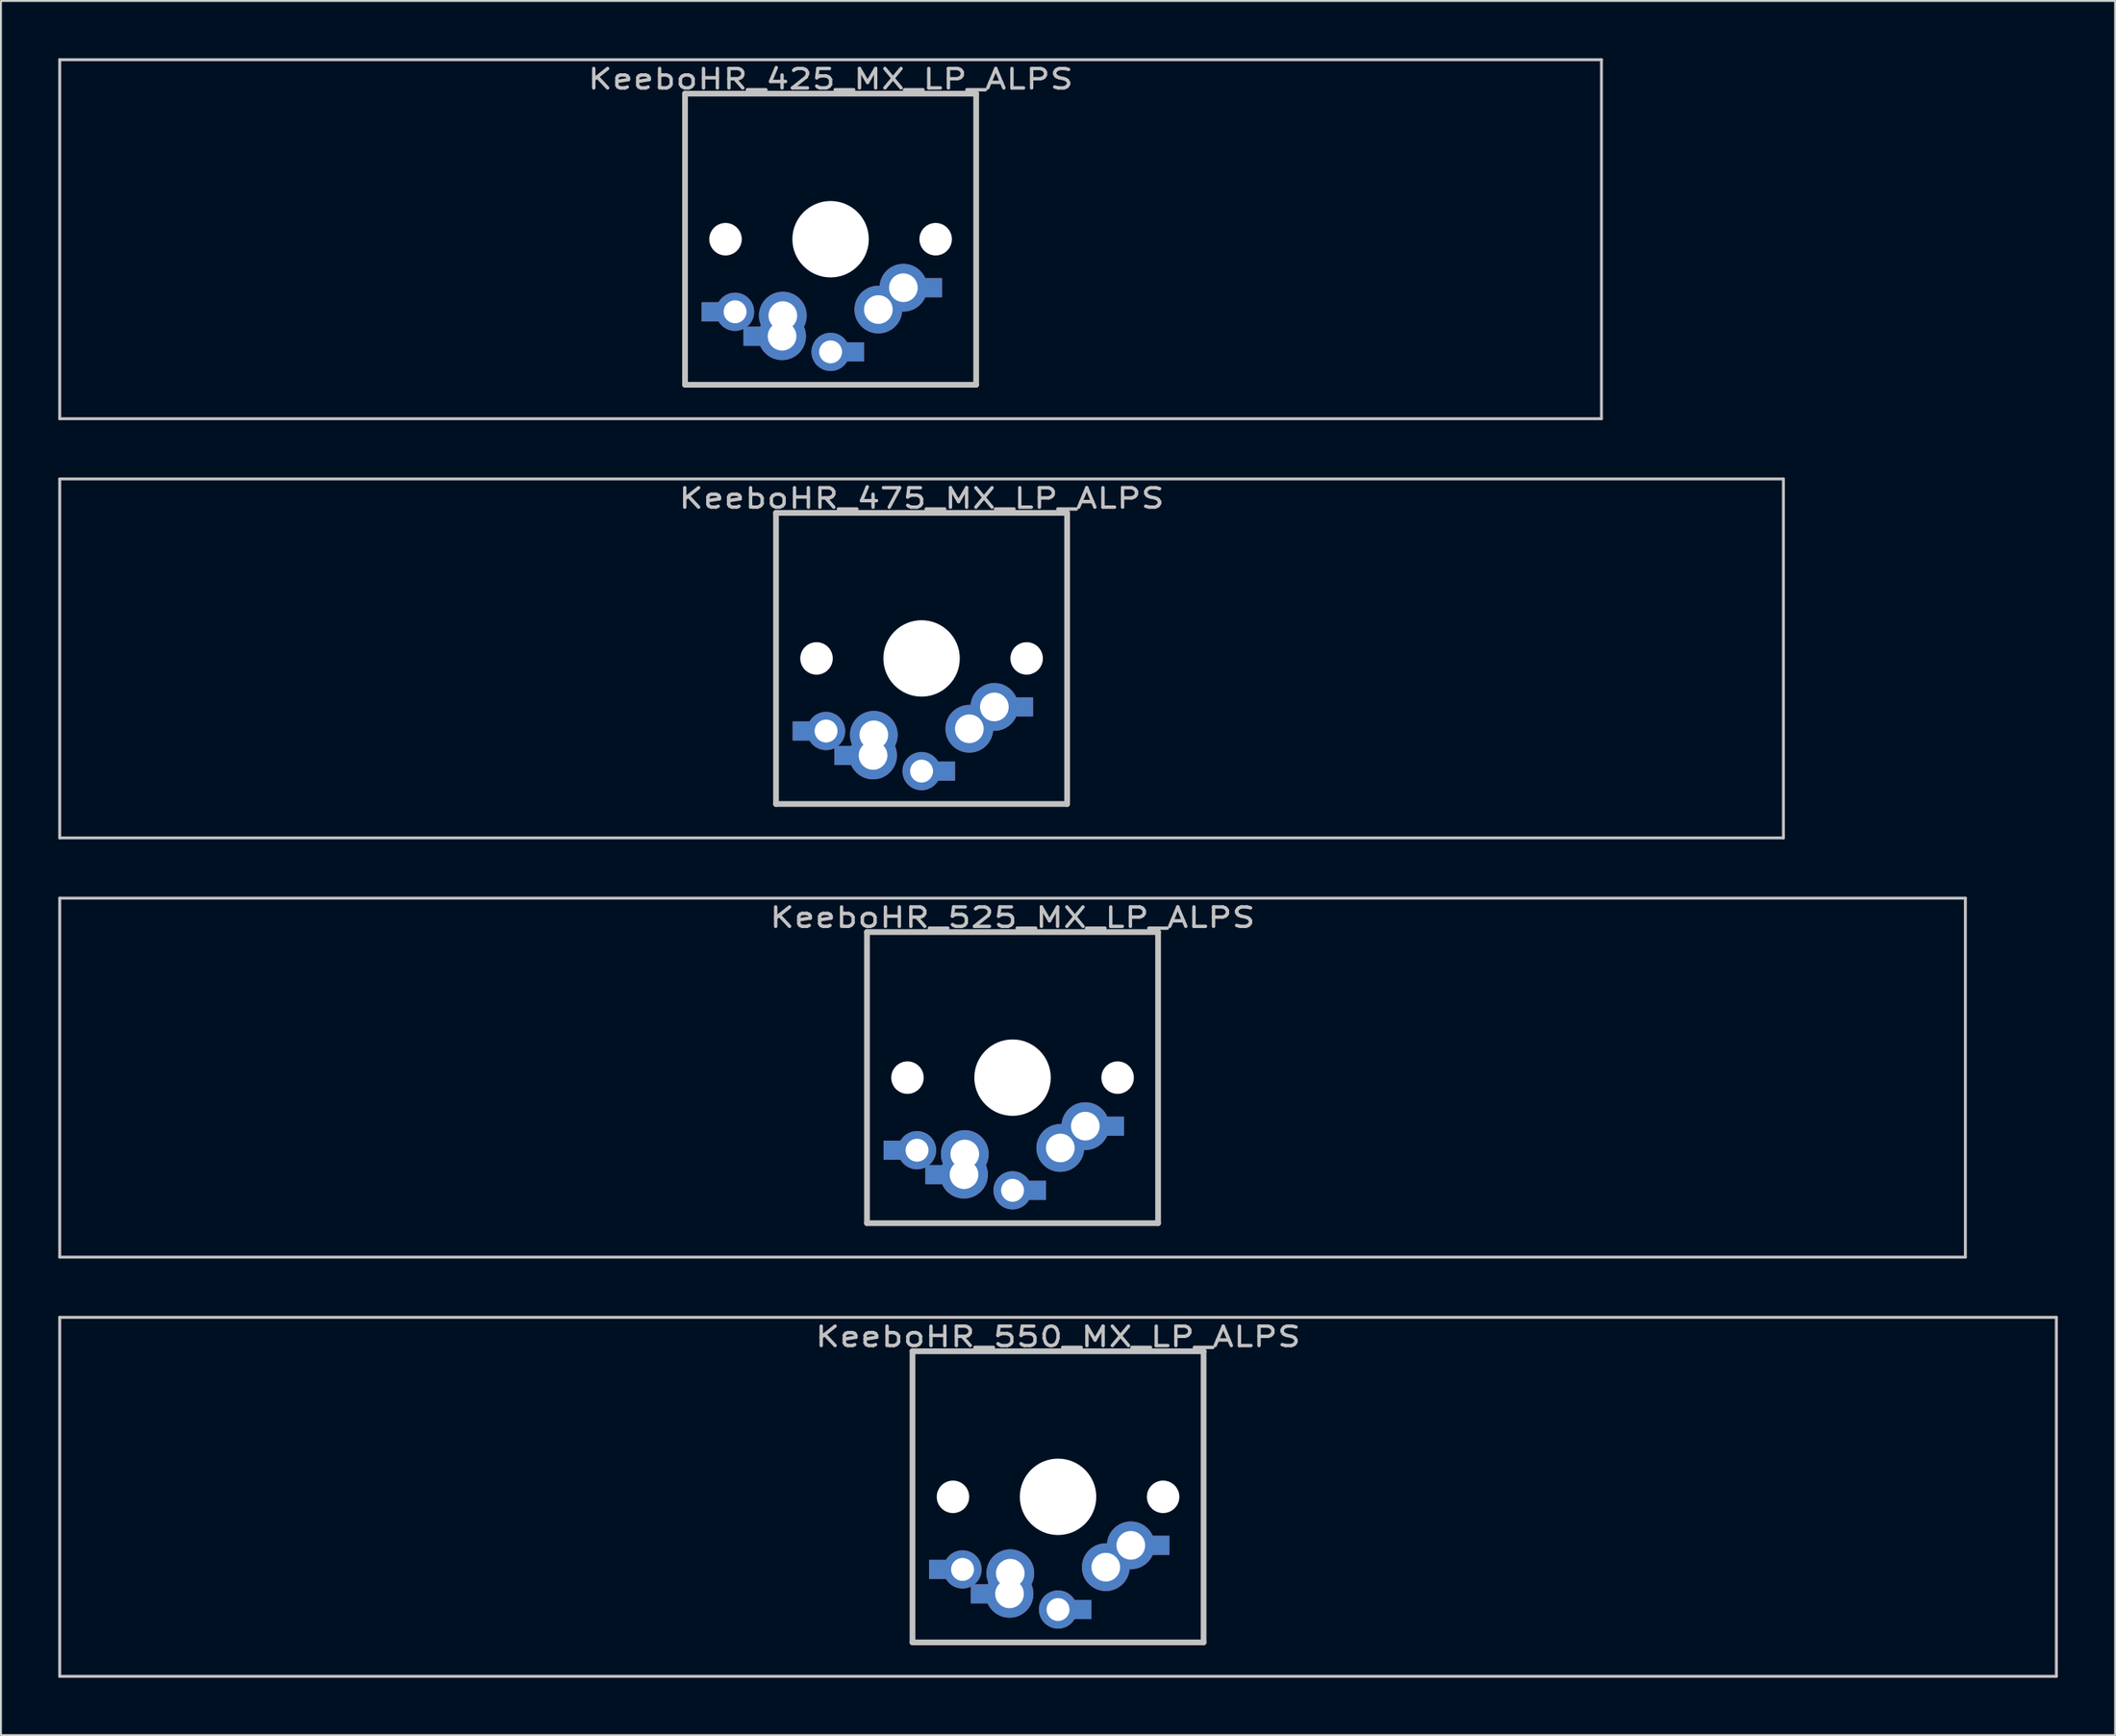
<source format=kicad_pcb>
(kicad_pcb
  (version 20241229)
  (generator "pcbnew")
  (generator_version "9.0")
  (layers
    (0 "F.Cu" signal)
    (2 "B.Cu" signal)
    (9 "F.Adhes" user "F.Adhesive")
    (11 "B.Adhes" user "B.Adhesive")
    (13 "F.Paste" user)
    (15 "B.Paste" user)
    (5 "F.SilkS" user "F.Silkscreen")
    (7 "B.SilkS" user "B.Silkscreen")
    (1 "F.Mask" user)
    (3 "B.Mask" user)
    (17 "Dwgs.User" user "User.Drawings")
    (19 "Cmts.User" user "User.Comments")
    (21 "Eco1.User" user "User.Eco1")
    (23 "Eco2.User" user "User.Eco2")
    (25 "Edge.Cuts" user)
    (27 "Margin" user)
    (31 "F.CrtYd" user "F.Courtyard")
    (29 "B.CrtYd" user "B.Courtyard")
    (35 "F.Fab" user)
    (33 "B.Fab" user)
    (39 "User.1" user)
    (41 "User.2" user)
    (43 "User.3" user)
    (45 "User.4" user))
  (footprint "KeeboHR_550_MX_LP_ALPS"
    (layer "F.Cu")
    (at 52.337 75.319)
    (property "Reference" "KeeboHR_550_MX_LP_ALPS" (at 0 -8.382 0) (layer "Dwgs.User") (effects (font (size 1.016 1.27) (thickness 0.178))))
    (attr through_hole)
    (fp_line (start -52.261 -9.398) (end 52.261 -9.398) (stroke (width 0.152) (type solid)) (layer "Dwgs.User"))
    (fp_line (start -52.261 9.398) (end -52.261 -9.398) (stroke (width 0.152) (type solid)) (layer "Dwgs.User"))
    (fp_line (start -7.62 -7.62) (end 7.62 -7.62) (stroke (width 0.3) (type solid)) (layer "Dwgs.User"))
    (fp_line (start -7.62 7.62) (end -7.62 -7.62) (stroke (width 0.3) (type solid)) (layer "Dwgs.User"))
    (fp_line (start 7.62 -7.62) (end 7.62 7.62) (stroke (width 0.3) (type solid)) (layer "Dwgs.User"))
    (fp_line (start 7.62 7.62) (end -7.62 7.62) (stroke (width 0.3) (type solid)) (layer "Dwgs.User"))
    (fp_line (start 52.261 -9.398) (end 52.261 9.398) (stroke (width 0.152) (type solid)) (layer "Dwgs.User"))
    (fp_line (start 52.261 9.398) (end -52.261 9.398) (stroke (width 0.152) (type solid)) (layer "Dwgs.User"))
    (pad "" np_thru_hole circle (at -5.5 0) (size 1.7 1.7) (drill 1.7) (layers "*.Cu" "*.Mask"))
    (pad "" np_thru_hole circle (at 0 0) (size 4 4) (drill 4) (layers "*.Cu" "*.Mask"))
    (pad "" np_thru_hole circle (at 5.5 0) (size 1.7 1.7) (drill 1.7) (layers "*.Cu" "*.Mask"))
    (pad "1" thru_hole circle (at 0 5.9) (size 2 2) (drill 1.2) (layers "*.Cu" "*.Mask"))
    (pad "1" smd rect (at 1.25 5.9) (size 1 1) (layers "*.Cu" "*.Mask"))
    (pad "1" thru_hole circle (at 2.5 3.683) (size 2.5 2.5) (drill 1.5) (layers "*.Cu" "*.Mask"))
    (pad "1" thru_hole circle (at 3.81 2.54) (size 2.5 2.5) (drill 1.5) (layers "*.Cu" "*.Mask"))
    (pad "1" smd rect (at 5.334 2.54) (size 1 1) (layers "*.Cu" "*.Mask"))
    (pad "2" smd rect (at -6.25 3.8) (size 1 1) (layers "*.Cu" "*.Mask"))
    (pad "2" thru_hole circle (at -5 3.8) (size 2 2) (drill 1.2) (layers "*.Cu" "*.Mask"))
    (pad "2" smd rect (at -4.064 5.08) (size 1 1) (layers "*.Cu" "*.Mask"))
    (pad "2" thru_hole circle (at -2.54 5.08) (size 2.5 2.5) (drill 1.5) (layers "*.Cu" "*.Mask"))
    (pad "2" thru_hole circle (at -2.5 4) (size 2.5 2.5) (drill 1.5) (layers "*.Cu" "*.Mask")))
  (footprint "KeeboHR_525_MX_LP_ALPS"
    (layer "F.Cu")
    (at 49.955 53.371)
    (property "Reference" "KeeboHR_525_MX_LP_ALPS" (at 0 -8.382 0) (layer "Dwgs.User") (effects (font (size 1.016 1.27) (thickness 0.178))))
    (attr through_hole)
    (fp_line (start -49.879 -9.398) (end 49.879 -9.398) (stroke (width 0.152) (type solid)) (layer "Dwgs.User"))
    (fp_line (start -49.879 9.398) (end -49.879 -9.398) (stroke (width 0.152) (type solid)) (layer "Dwgs.User"))
    (fp_line (start -7.62 -7.62) (end 7.62 -7.62) (stroke (width 0.3) (type solid)) (layer "Dwgs.User"))
    (fp_line (start -7.62 7.62) (end -7.62 -7.62) (stroke (width 0.3) (type solid)) (layer "Dwgs.User"))
    (fp_line (start 7.62 -7.62) (end 7.62 7.62) (stroke (width 0.3) (type solid)) (layer "Dwgs.User"))
    (fp_line (start 7.62 7.62) (end -7.62 7.62) (stroke (width 0.3) (type solid)) (layer "Dwgs.User"))
    (fp_line (start 49.879 -9.398) (end 49.879 9.398) (stroke (width 0.152) (type solid)) (layer "Dwgs.User"))
    (fp_line (start 49.879 9.398) (end -49.879 9.398) (stroke (width 0.152) (type solid)) (layer "Dwgs.User"))
    (pad "" np_thru_hole circle (at -5.5 0) (size 1.7 1.7) (drill 1.7) (layers "*.Cu" "*.Mask"))
    (pad "" np_thru_hole circle (at 0 0) (size 4 4) (drill 4) (layers "*.Cu" "*.Mask"))
    (pad "" np_thru_hole circle (at 5.5 0) (size 1.7 1.7) (drill 1.7) (layers "*.Cu" "*.Mask"))
    (pad "1" thru_hole circle (at 0 5.9) (size 2 2) (drill 1.2) (layers "*.Cu" "*.Mask"))
    (pad "1" smd rect (at 1.25 5.9) (size 1 1) (layers "*.Cu" "*.Mask"))
    (pad "1" thru_hole circle (at 2.5 3.683) (size 2.5 2.5) (drill 1.5) (layers "*.Cu" "*.Mask"))
    (pad "1" thru_hole circle (at 3.81 2.54) (size 2.5 2.5) (drill 1.5) (layers "*.Cu" "*.Mask"))
    (pad "1" smd rect (at 5.334 2.54) (size 1 1) (layers "*.Cu" "*.Mask"))
    (pad "2" smd rect (at -6.25 3.8) (size 1 1) (layers "*.Cu" "*.Mask"))
    (pad "2" thru_hole circle (at -5 3.8) (size 2 2) (drill 1.2) (layers "*.Cu" "*.Mask"))
    (pad "2" smd rect (at -4.064 5.08) (size 1 1) (layers "*.Cu" "*.Mask"))
    (pad "2" thru_hole circle (at -2.54 5.08) (size 2.5 2.5) (drill 1.5) (layers "*.Cu" "*.Mask"))
    (pad "2" thru_hole circle (at -2.5 4) (size 2.5 2.5) (drill 1.5) (layers "*.Cu" "*.Mask")))
  (footprint "KeeboHR_425_MX_LP_ALPS"
    (layer "F.Cu")
    (at 40.43 9.474)
    (property "Reference" "KeeboHR_425_MX_LP_ALPS" (at 0 -8.382 0) (layer "Dwgs.User") (effects (font (size 1.016 1.27) (thickness 0.178))))
    (attr through_hole)
    (fp_line (start -40.354 -9.398) (end 40.354 -9.398) (stroke (width 0.152) (type solid)) (layer "Dwgs.User"))
    (fp_line (start -40.354 9.398) (end -40.354 -9.398) (stroke (width 0.152) (type solid)) (layer "Dwgs.User"))
    (fp_line (start -7.62 -7.62) (end 7.62 -7.62) (stroke (width 0.3) (type solid)) (layer "Dwgs.User"))
    (fp_line (start -7.62 7.62) (end -7.62 -7.62) (stroke (width 0.3) (type solid)) (layer "Dwgs.User"))
    (fp_line (start 7.62 -7.62) (end 7.62 7.62) (stroke (width 0.3) (type solid)) (layer "Dwgs.User"))
    (fp_line (start 7.62 7.62) (end -7.62 7.62) (stroke (width 0.3) (type solid)) (layer "Dwgs.User"))
    (fp_line (start 40.354 -9.398) (end 40.354 9.398) (stroke (width 0.152) (type solid)) (layer "Dwgs.User"))
    (fp_line (start 40.354 9.398) (end -40.354 9.398) (stroke (width 0.152) (type solid)) (layer "Dwgs.User"))
    (pad "" np_thru_hole circle (at -5.5 0) (size 1.7 1.7) (drill 1.7) (layers "*.Cu" "*.Mask"))
    (pad "" np_thru_hole circle (at 0 0) (size 4 4) (drill 4) (layers "*.Cu" "*.Mask"))
    (pad "" np_thru_hole circle (at 5.5 0) (size 1.7 1.7) (drill 1.7) (layers "*.Cu" "*.Mask"))
    (pad "1" thru_hole circle (at 0 5.9) (size 2 2) (drill 1.2) (layers "*.Cu" "*.Mask"))
    (pad "1" smd rect (at 1.25 5.9) (size 1 1) (layers "*.Cu" "*.Mask"))
    (pad "1" thru_hole circle (at 2.5 3.683) (size 2.5 2.5) (drill 1.5) (layers "*.Cu" "*.Mask"))
    (pad "1" thru_hole circle (at 3.81 2.54) (size 2.5 2.5) (drill 1.5) (layers "*.Cu" "*.Mask"))
    (pad "1" smd rect (at 5.334 2.54) (size 1 1) (layers "*.Cu" "*.Mask"))
    (pad "2" smd rect (at -6.25 3.8) (size 1 1) (layers "*.Cu" "*.Mask"))
    (pad "2" thru_hole circle (at -5 3.8) (size 2 2) (drill 1.2) (layers "*.Cu" "*.Mask"))
    (pad "2" smd rect (at -4.064 5.08) (size 1 1) (layers "*.Cu" "*.Mask"))
    (pad "2" thru_hole circle (at -2.54 5.08) (size 2.5 2.5) (drill 1.5) (layers "*.Cu" "*.Mask"))
    (pad "2" thru_hole circle (at -2.5 4) (size 2.5 2.5) (drill 1.5) (layers "*.Cu" "*.Mask")))
  (footprint "KeeboHR_475_MX_LP_ALPS"
    (layer "F.Cu")
    (at 45.193 31.423)
    (property "Reference" "KeeboHR_475_MX_LP_ALPS" (at 0 -8.382 0) (layer "Dwgs.User") (effects (font (size 1.016 1.27) (thickness 0.178))))
    (attr through_hole)
    (fp_line (start -45.117 -9.398) (end 45.117 -9.398) (stroke (width 0.152) (type solid)) (layer "Dwgs.User"))
    (fp_line (start -45.117 9.398) (end -45.117 -9.398) (stroke (width 0.152) (type solid)) (layer "Dwgs.User"))
    (fp_line (start -7.62 -7.62) (end 7.62 -7.62) (stroke (width 0.3) (type solid)) (layer "Dwgs.User"))
    (fp_line (start -7.62 7.62) (end -7.62 -7.62) (stroke (width 0.3) (type solid)) (layer "Dwgs.User"))
    (fp_line (start 7.62 -7.62) (end 7.62 7.62) (stroke (width 0.3) (type solid)) (layer "Dwgs.User"))
    (fp_line (start 7.62 7.62) (end -7.62 7.62) (stroke (width 0.3) (type solid)) (layer "Dwgs.User"))
    (fp_line (start 45.117 -9.398) (end 45.117 9.398) (stroke (width 0.152) (type solid)) (layer "Dwgs.User"))
    (fp_line (start 45.117 9.398) (end -45.117 9.398) (stroke (width 0.152) (type solid)) (layer "Dwgs.User"))
    (pad "" np_thru_hole circle (at -5.5 0) (size 1.7 1.7) (drill 1.7) (layers "*.Cu" "*.Mask"))
    (pad "" np_thru_hole circle (at 0 0) (size 4 4) (drill 4) (layers "*.Cu" "*.Mask"))
    (pad "" np_thru_hole circle (at 5.5 0) (size 1.7 1.7) (drill 1.7) (layers "*.Cu" "*.Mask"))
    (pad "1" thru_hole circle (at 0 5.9) (size 2 2) (drill 1.2) (layers "*.Cu" "*.Mask"))
    (pad "1" smd rect (at 1.25 5.9) (size 1 1) (layers "*.Cu" "*.Mask"))
    (pad "1" thru_hole circle (at 2.5 3.683) (size 2.5 2.5) (drill 1.5) (layers "*.Cu" "*.Mask"))
    (pad "1" thru_hole circle (at 3.81 2.54) (size 2.5 2.5) (drill 1.5) (layers "*.Cu" "*.Mask"))
    (pad "1" smd rect (at 5.334 2.54) (size 1 1) (layers "*.Cu" "*.Mask"))
    (pad "2" smd rect (at -6.25 3.8) (size 1 1) (layers "*.Cu" "*.Mask"))
    (pad "2" thru_hole circle (at -5 3.8) (size 2 2) (drill 1.2) (layers "*.Cu" "*.Mask"))
    (pad "2" smd rect (at -4.064 5.08) (size 1 1) (layers "*.Cu" "*.Mask"))
    (pad "2" thru_hole circle (at -2.54 5.08) (size 2.5 2.5) (drill 1.5) (layers "*.Cu" "*.Mask"))
    (pad "2" thru_hole circle (at -2.5 4) (size 2.5 2.5) (drill 1.5) (layers "*.Cu" "*.Mask")))
  (gr_rect
    (start -3 -3)
    (end 107.673 87.794)
    (stroke (width 0.1) (type default))
    (fill no)
    (layer "Edge.Cuts")))
</source>
